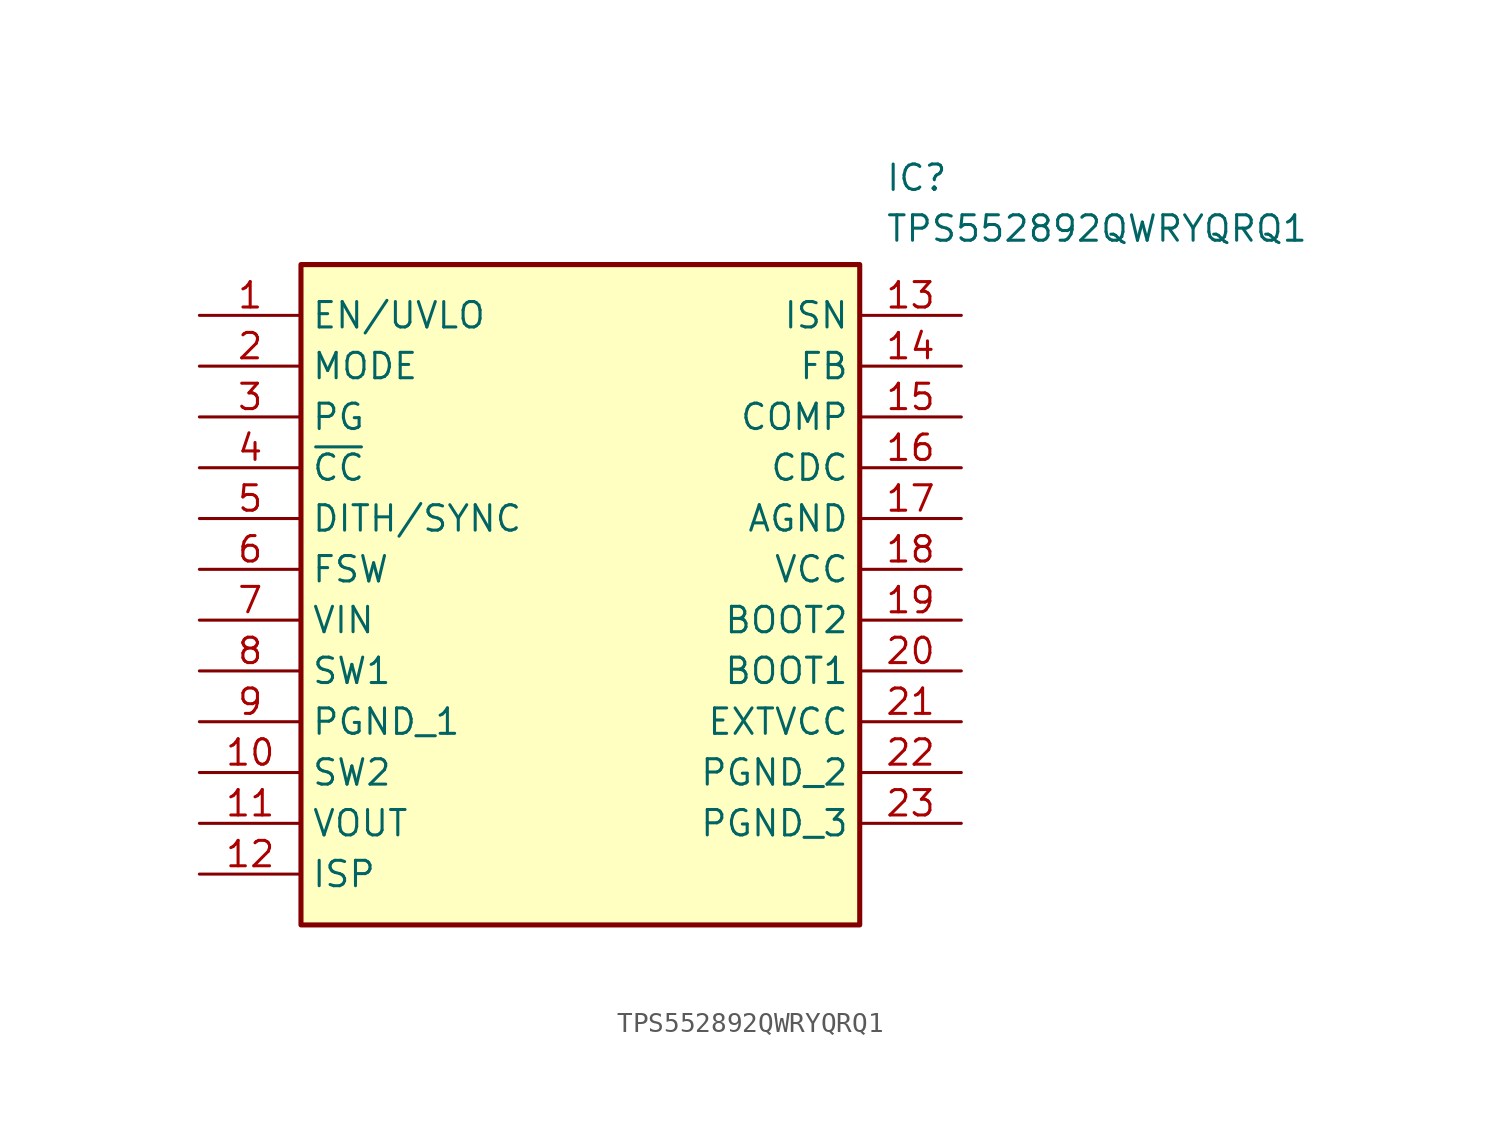
<source format=kicad_sym>
(kicad_symbol_lib
  (version 20211014)
  (generator SamacSys_ECAD_Model)
  (symbol "TPS552892QWRYQRQ1"
    (property "Reference" "IC"
      (at 34.29 7.62 0)
      (effects (font (size 1.27 1.27)) (justify left top)))
    (property "Value" "TPS552892QWRYQRQ1"
      (at 34.29 5.08 0)
      (effects (font (size 1.27 1.27)) (justify left top)))
    (rectangle
      (start 5.08 2.54)
      (end 33.02 -30.48)
      (stroke (width 0.254) (type default))
      (fill (type background)))
    (pin passive line
      (at 0 0 0)
      (length 5.08)
      (name "EN/UVLO" (effects (font (size 1.27 1.27))))
      (number "1" (effects (font (size 1.27 1.27)))))
    (pin passive line
      (at 0 -2.54 0)
      (length 5.08)
      (name "MODE" (effects (font (size 1.27 1.27))))
      (number "2" (effects (font (size 1.27 1.27)))))
    (pin passive line
      (at 0 -5.08 0)
      (length 5.08)
      (name "PG" (effects (font (size 1.27 1.27))))
      (number "3" (effects (font (size 1.27 1.27)))))
    (pin passive line
      (at 0 -7.62 0)
      (length 5.08)
      (name "~{CC}" (effects (font (size 1.27 1.27))))
      (number "4" (effects (font (size 1.27 1.27)))))
    (pin passive line
      (at 0 -10.16 0)
      (length 5.08)
      (name "DITH/SYNC" (effects (font (size 1.27 1.27))))
      (number "5" (effects (font (size 1.27 1.27)))))
    (pin passive line
      (at 0 -12.7 0)
      (length 5.08)
      (name "FSW" (effects (font (size 1.27 1.27))))
      (number "6" (effects (font (size 1.27 1.27)))))
    (pin passive line
      (at 0 -15.24 0)
      (length 5.08)
      (name "VIN" (effects (font (size 1.27 1.27))))
      (number "7" (effects (font (size 1.27 1.27)))))
    (pin passive line
      (at 0 -17.78 0)
      (length 5.08)
      (name "SW1" (effects (font (size 1.27 1.27))))
      (number "8" (effects (font (size 1.27 1.27)))))
    (pin passive line
      (at 0 -20.32 0)
      (length 5.08)
      (name "PGND_1" (effects (font (size 1.27 1.27))))
      (number "9" (effects (font (size 1.27 1.27)))))
    (pin passive line
      (at 0 -22.86 0)
      (length 5.08)
      (name "SW2" (effects (font (size 1.27 1.27))))
      (number "10" (effects (font (size 1.27 1.27)))))
    (pin passive line
      (at 0 -25.4 0)
      (length 5.08)
      (name "VOUT" (effects (font (size 1.27 1.27))))
      (number "11" (effects (font (size 1.27 1.27)))))
    (pin passive line
      (at 0 -27.94 0)
      (length 5.08)
      (name "ISP" (effects (font (size 1.27 1.27))))
      (number "12" (effects (font (size 1.27 1.27)))))
    (pin passive line
      (at 38.1 0 180)
      (length 5.08)
      (name "ISN" (effects (font (size 1.27 1.27))))
      (number "13" (effects (font (size 1.27 1.27)))))
    (pin passive line
      (at 38.1 -2.54 180)
      (length 5.08)
      (name "FB" (effects (font (size 1.27 1.27))))
      (number "14" (effects (font (size 1.27 1.27)))))
    (pin passive line
      (at 38.1 -5.08 180)
      (length 5.08)
      (name "COMP" (effects (font (size 1.27 1.27))))
      (number "15" (effects (font (size 1.27 1.27)))))
    (pin passive line
      (at 38.1 -7.62 180)
      (length 5.08)
      (name "CDC" (effects (font (size 1.27 1.27))))
      (number "16" (effects (font (size 1.27 1.27)))))
    (pin passive line
      (at 38.1 -10.16 180)
      (length 5.08)
      (name "AGND" (effects (font (size 1.27 1.27))))
      (number "17" (effects (font (size 1.27 1.27)))))
    (pin passive line
      (at 38.1 -12.7 180)
      (length 5.08)
      (name "VCC" (effects (font (size 1.27 1.27))))
      (number "18" (effects (font (size 1.27 1.27)))))
    (pin passive line
      (at 38.1 -15.24 180)
      (length 5.08)
      (name "BOOT2" (effects (font (size 1.27 1.27))))
      (number "19" (effects (font (size 1.27 1.27)))))
    (pin passive line
      (at 38.1 -17.78 180)
      (length 5.08)
      (name "BOOT1" (effects (font (size 1.27 1.27))))
      (number "20" (effects (font (size 1.27 1.27)))))
    (pin passive line
      (at 38.1 -20.32 180)
      (length 5.08)
      (name "EXTVCC" (effects (font (size 1.27 1.27))))
      (number "21" (effects (font (size 1.27 1.27)))))
    (pin passive line
      (at 38.1 -22.86 180)
      (length 5.08)
      (name "PGND_2" (effects (font (size 1.27 1.27))))
      (number "22" (effects (font (size 1.27 1.27)))))
    (pin passive line
      (at 38.1 -25.4 180)
      (length 5.08)
      (name "PGND_3" (effects (font (size 1.27 1.27))))
      (number "23" (effects (font (size 1.27 1.27)))))))
</source>
